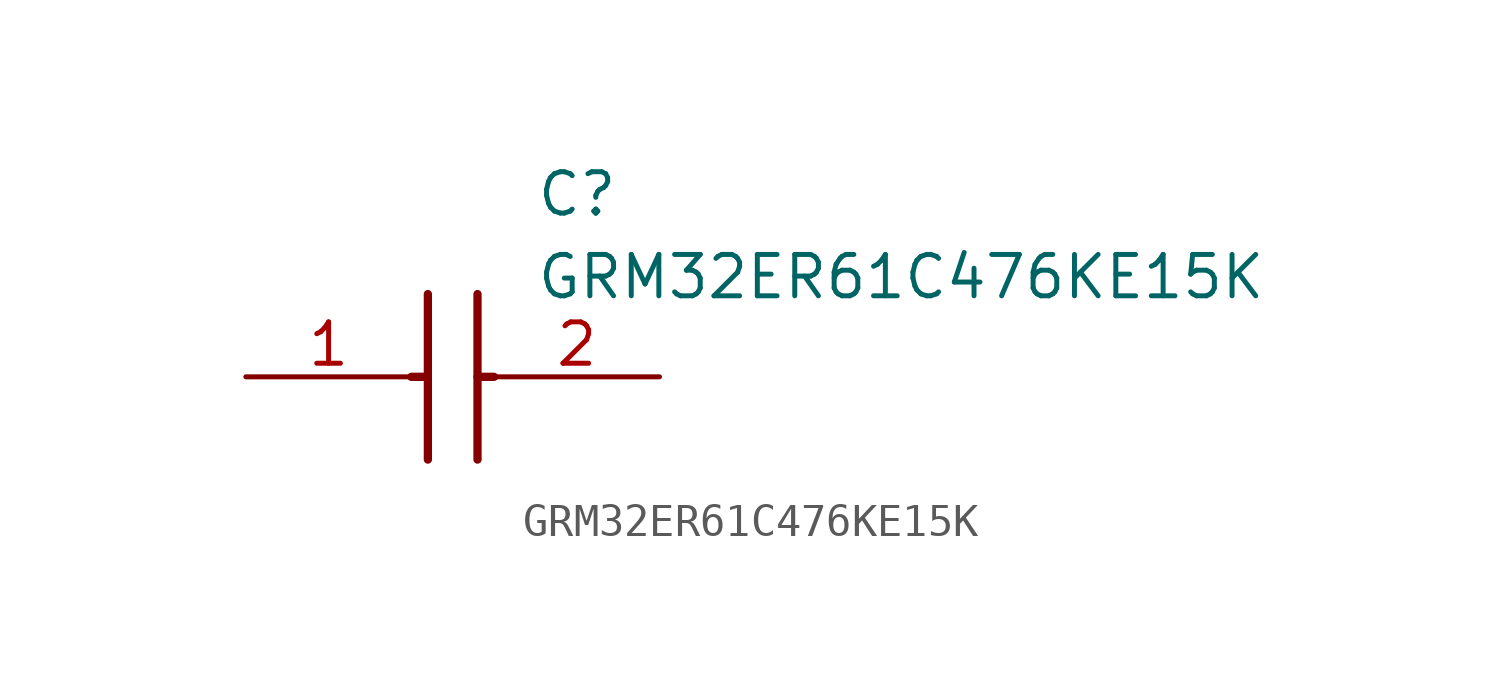
<source format=kicad_sym>
(kicad_symbol_lib
  (version 20211014)
  (generator SamacSys_ECAD_Model)
  (symbol "GRM32ER61C476KE15K"
    (pin_names hide)
    (property "Reference" "C"
      (at 8.89 6.35 0)
      (effects (font (size 1.27 1.27)) (justify left top)))
    (property "Value" "GRM32ER61C476KE15K"
      (at 8.89 3.81 0)
      (effects (font (size 1.27 1.27)) (justify left top)))
    (polyline
      (pts (xy 5.588 2.54) (xy 5.588 -2.54))
      (stroke (width 0.254) (type default))
      (fill (type none)))
    (polyline
      (pts (xy 7.112 2.54) (xy 7.112 -2.54))
      (stroke (width 0.254) (type default))
      (fill (type none)))
    (polyline
      (pts (xy 5.08 0) (xy 5.588 0))
      (stroke (width 0.254) (type default))
      (fill (type none)))
    (polyline
      (pts (xy 7.112 0) (xy 7.62 0))
      (stroke (width 0.254) (type default))
      (fill (type none)))
    (pin passive line
      (at 0 0 0)
      (length 5.08)
      (name "1" (effects (font (size 1.27 1.27))))
      (number "1" (effects (font (size 1.27 1.27)))))
    (pin passive line
      (at 12.7 0 180)
      (length 5.08)
      (name "2" (effects (font (size 1.27 1.27))))
      (number "2" (effects (font (size 1.27 1.27)))))))
</source>
